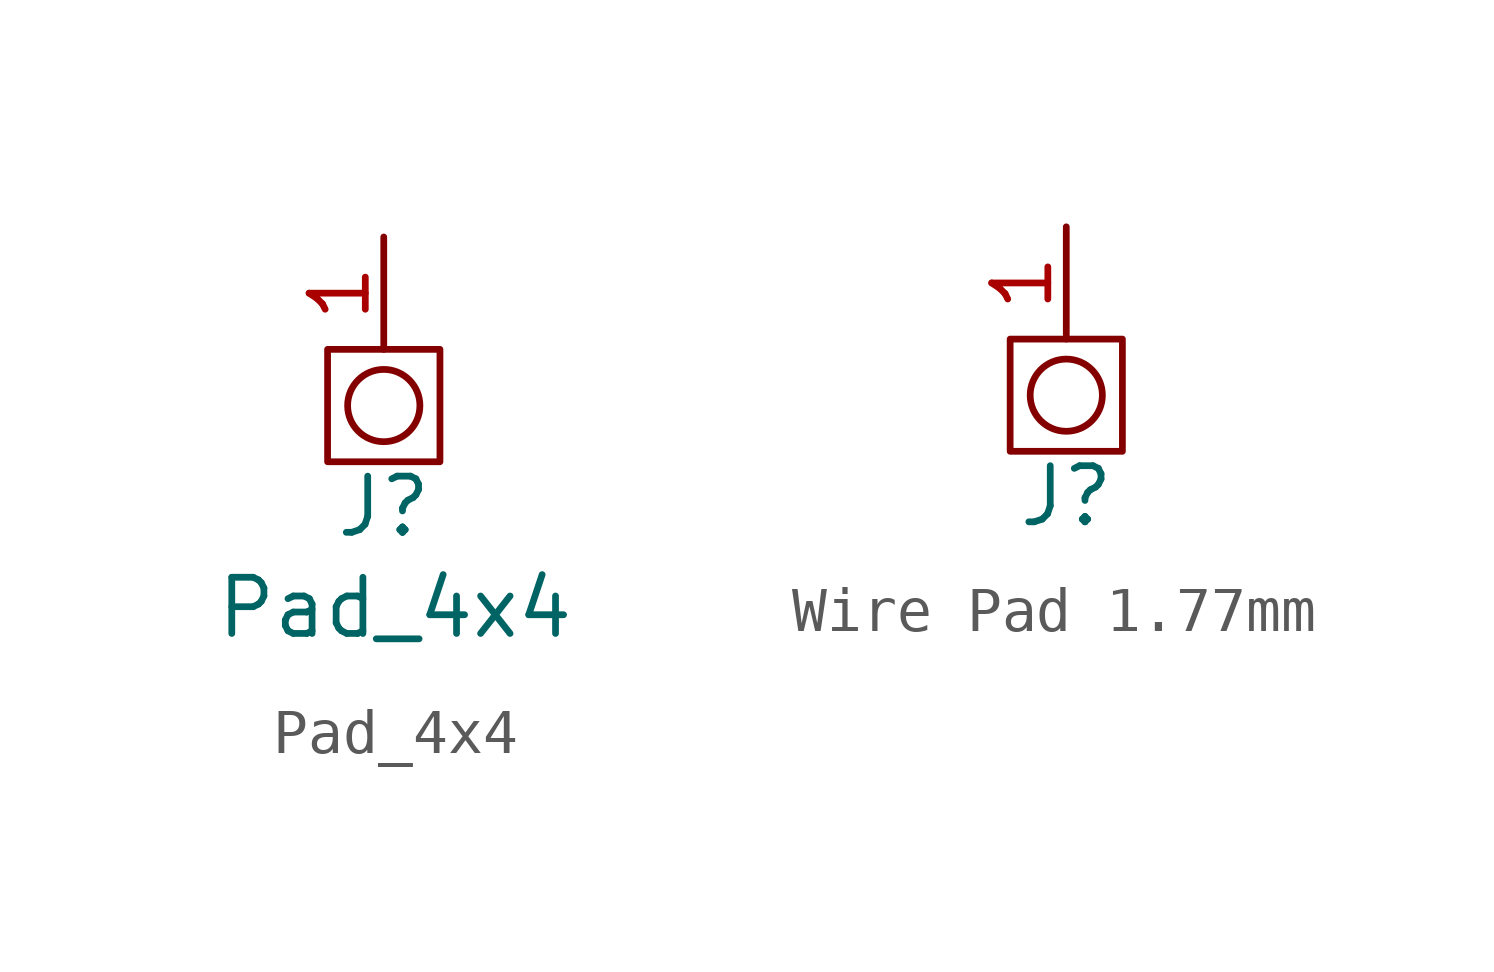
<source format=kicad_sym>
(kicad_symbol_lib
  (version 20231120)
  (generator "kicad_symbol_editor")
  (generator_version "8.0")
  (symbol "Pad_4x4"
    (pin_names hide)
    (property "Reference" "J"
      (at 0 -2.286 0)
      (effects (font (size 1.27 1.27))))
    (property "Value" "Pad_4x4"
      (at 0.254 -4.572 0)
      (effects (font (size 1.27 1.27))))
    (symbol "Pad_4x4_0_1"
      (rectangle (start -1.27 1.27) (end 1.27 -1.27) (stroke (width 0) (type default)) (fill (type none)))
      (circle (center 0 0) (radius 0.817) (stroke (width 0) (type default)) (fill (type none))))
    (symbol "Pad_4x4_1_1"
      (pin passive line (at 0 3.81 270) (length 2.54) (name "1" (effects (font (size 1.27 1.27)))) (number "1" (effects (font (size 1.27 1.27)))))))
  (symbol "Wire Pad 1.77mm"
    (pin_names hide)
    (property "Reference" "J"
      (at 0 -2.286 0)
      (effects (font (size 1.27 1.27))))
    (symbol "Wire Pad 1.77mm_0_1"
      (rectangle (start -1.27 1.27) (end 1.27 -1.27) (stroke (width 0) (type default)) (fill (type none)))
      (circle (center 0 0) (radius 0.817) (stroke (width 0) (type default)) (fill (type none))))
    (symbol "Wire Pad 1.77mm_1_1"
      (pin passive line (at 0 3.81 270) (length 2.54) (name "1" (effects (font (size 1.27 1.27)))) (number "1" (effects (font (size 1.27 1.27))))))))
</source>
